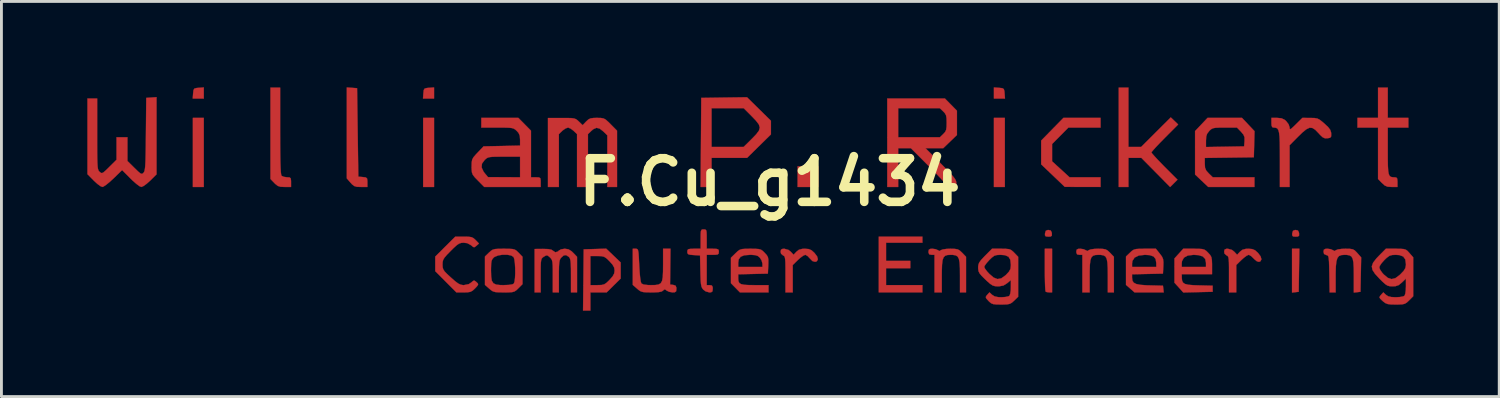
<source format=kicad_pcb>
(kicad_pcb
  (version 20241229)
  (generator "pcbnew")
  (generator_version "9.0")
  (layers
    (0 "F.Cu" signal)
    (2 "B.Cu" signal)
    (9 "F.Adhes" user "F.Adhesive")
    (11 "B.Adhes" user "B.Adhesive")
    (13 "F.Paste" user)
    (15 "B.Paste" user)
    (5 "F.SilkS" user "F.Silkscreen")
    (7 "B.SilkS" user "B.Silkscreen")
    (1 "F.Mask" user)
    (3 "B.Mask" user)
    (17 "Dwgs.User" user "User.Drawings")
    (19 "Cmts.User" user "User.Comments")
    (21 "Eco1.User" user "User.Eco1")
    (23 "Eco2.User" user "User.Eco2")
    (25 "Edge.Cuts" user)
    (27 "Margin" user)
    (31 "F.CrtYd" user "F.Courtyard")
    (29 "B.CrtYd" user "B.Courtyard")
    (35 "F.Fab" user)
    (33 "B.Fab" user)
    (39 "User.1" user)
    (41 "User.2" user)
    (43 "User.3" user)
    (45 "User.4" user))
  (footprint "F.Cu_g1434"
    (layer "F.Cu")
    (at 23.839 3.312)
    (property "Reference" "F.Cu_g1434" (at 0 0 0) (layer "F.SilkS") (effects (font (size 1.524 1.524) (thickness 0.3))))
    (attr through_hole)
    (fp_poly (pts (xy -19.77 0.169) (xy -20.151 0.169) (xy -20.151 -2.244) (xy -19.77 -2.244) (xy -19.77 0.169)) (stroke (width 0.01) (type solid)) (fill yes) (layer "F.Cu"))
    (fp_poly (pts (xy -11.726 0.169) (xy -12.107 0.169) (xy -12.107 -2.244) (xy -11.726 -2.244) (xy -11.726 0.169)) (stroke (width 0.01) (type solid)) (fill yes) (layer "F.Cu"))
    (fp_poly (pts (xy 1.693 0.169) (xy 0.974 0.169) (xy 0.974 -0.55) (xy 1.693 -0.55) (xy 1.693 0.169)) (stroke (width 0.01) (type solid)) (fill yes) (layer "F.Cu"))
    (fp_poly (pts (xy 8.213 0.169) (xy 7.832 0.169) (xy 7.832 -2.244) (xy 8.213 -2.244) (xy 8.213 0.169)) (stroke (width 0.01) (type solid)) (fill yes) (layer "F.Cu"))
    (fp_poly (pts (xy 18.49 3.08) (xy 18.479 3.831) (xy 18.362 3.845) (xy 18.246 3.858) (xy 18.246 2.328) (xy 18.502 2.328) (xy 18.49 3.08)) (stroke (width 0.01) (type solid)) (fill yes) (layer "F.Cu"))
    (fp_poly (pts (xy -19.77 -2.921) (xy -20.156 -2.921) (xy -20.143 -3.101) (xy -20.13 -3.214) (xy -20.098 -3.268) (xy -20.021 -3.288) (xy -19.95 -3.294) (xy -19.77 -3.307) (xy -19.77 -2.921)) (stroke (width 0.01) (type solid)) (fill yes) (layer "F.Cu"))
    (fp_poly (pts (xy -11.726 -2.921) (xy -12.112 -2.921) (xy -12.099 -3.101) (xy -12.087 -3.214) (xy -12.055 -3.268) (xy -11.978 -3.288) (xy -11.906 -3.294) (xy -11.726 -3.307) (xy -11.726 -2.921)) (stroke (width 0.01) (type solid)) (fill yes) (layer "F.Cu"))
    (fp_poly (pts (xy 8.012 -3.294) (xy 8.125 -3.282) (xy 8.178 -3.25) (xy 8.199 -3.173) (xy 8.205 -3.101) (xy 8.218 -2.921) (xy 7.832 -2.921) (xy 7.832 -3.307) (xy 8.012 -3.294)) (stroke (width 0.01) (type solid)) (fill yes) (layer "F.Cu"))
    (fp_poly (pts (xy 9.864 3.852) (xy 9.765 3.852) (xy 9.676 3.841) (xy 9.638 3.824) (xy 9.629 3.774) (xy 9.621 3.655) (xy 9.615 3.479) (xy 9.611 3.261) (xy 9.61 3.062) (xy 9.61 2.328) (xy 9.864 2.328) (xy 9.864 3.852)) (stroke (width 0.01) (type solid)) (fill yes) (layer "F.Cu"))
    (fp_poly (pts (xy 5.334 2.117) (xy 4.064 2.117) (xy 4.064 2.752) (xy 4.911 2.752) (xy 4.911 3.006) (xy 4.064 3.006) (xy 4.064 3.598) (xy 5.334 3.598) (xy 5.334 3.852) (xy 3.81 3.852) (xy 3.81 1.905) (xy 5.334 1.905) (xy 5.334 2.117)) (stroke (width 0.01) (type solid)) (fill yes) (layer "F.Cu"))
    (fp_poly (pts (xy 9.818 1.691) (xy 9.852 1.763) (xy 9.856 1.789) (xy 9.856 1.87) (xy 9.814 1.901) (xy 9.737 1.905) (xy 9.645 1.897) (xy 9.615 1.856) (xy 9.617 1.789) (xy 9.644 1.701) (xy 9.713 1.673) (xy 9.737 1.672) (xy 9.818 1.691)) (stroke (width 0.01) (type solid)) (fill yes) (layer "F.Cu"))
    (fp_poly (pts (xy 18.454 1.691) (xy 18.488 1.763) (xy 18.492 1.789) (xy 18.492 1.87) (xy 18.45 1.901) (xy 18.373 1.905) (xy 18.281 1.897) (xy 18.251 1.856) (xy 18.253 1.789) (xy 18.28 1.701) (xy 18.349 1.673) (xy 18.373 1.672) (xy 18.454 1.691)) (stroke (width 0.01) (type solid)) (fill yes) (layer "F.Cu"))
    (fp_poly (pts (xy -14.594 -3.294) (xy -14.415 -3.281) (xy -14.372 -0.191) (xy -14.213 -0.177) (xy -14.111 -0.164) (xy -14.066 -0.127) (xy -14.055 -0.042) (xy -14.055 0.003) (xy -14.055 0.169) (xy -14.283 0.169) (xy -14.423 0.164) (xy -14.514 0.137) (xy -14.593 0.075) (xy -14.643 0.02) (xy -14.774 -0.13) (xy -14.774 -3.307) (xy -14.594 -3.294)) (stroke (width 0.01) (type solid)) (fill yes) (layer "F.Cu"))
    (fp_poly (pts (xy 11.557 -1.905) (xy 10.433 -1.905) (xy 10.148 -1.618) (xy 9.864 -1.331) (xy 9.864 -0.727) (xy 10.169 -0.448) (xy 10.474 -0.169) (xy 11.557 -0.169) (xy 11.557 0.169) (xy 10.933 0.168) (xy 10.308 0.166) (xy 9.483 -0.621) (xy 9.483 -1.451) (xy 9.871 -1.847) (xy 10.26 -2.244) (xy 11.557 -2.244) (xy 11.557 -1.905)) (stroke (width 0.01) (type solid)) (fill yes) (layer "F.Cu"))
    (fp_poly (pts (xy -17.103 -1.786) (xy -17.102 -1.355) (xy -17.099 -1.003) (xy -17.095 -0.723) (xy -17.088 -0.512) (xy -17.079 -0.361) (xy -17.068 -0.267) (xy -17.054 -0.222) (xy -17.052 -0.22) (xy -16.976 -0.185) (xy -16.864 -0.169) (xy -16.861 -0.169) (xy -16.772 -0.164) (xy -16.732 -0.13) (xy -16.722 -0.045) (xy -16.722 0) (xy -16.722 0.169) (xy -16.946 0.169) (xy -17.089 0.163) (xy -17.185 0.132) (xy -17.272 0.064) (xy -17.306 0.03) (xy -17.441 -0.11) (xy -17.441 -3.302) (xy -17.103 -3.302) (xy -17.103 -1.786)) (stroke (width 0.01) (type solid)) (fill yes) (layer "F.Cu"))
    (fp_poly (pts (xy -0.376 -2.554) (xy 0.042 -2.143) (xy 0.042 -1.667) (xy -0.375 -1.257) (xy -0.792 -0.847) (xy -2.032 -0.847) (xy -2.032 0.169) (xy -2.414 0.169) (xy -2.394 -2.582) (xy -2.032 -2.582) (xy -2.032 -1.228) (xy -0.912 -1.228) (xy -0.625 -1.512) (xy -0.469 -1.674) (xy -0.376 -1.799) (xy -0.347 -1.907) (xy -0.38 -2.015) (xy -0.477 -2.143) (xy -0.623 -2.296) (xy -0.908 -2.582) (xy -2.032 -2.582) (xy -2.394 -2.582) (xy -2.392 -2.942) (xy -1.593 -2.954) (xy -0.794 -2.965) (xy -0.376 -2.554)) (stroke (width 0.01) (type solid)) (fill yes) (layer "F.Cu"))
    (fp_poly (pts (xy 12.531 -1.228) (xy 12.974 -1.228) (xy 13.492 -1.745) (xy 14.01 -2.261) (xy 14.139 -2.138) (xy 14.268 -2.014) (xy 13.802 -1.546) (xy 13.642 -1.383) (xy 13.505 -1.239) (xy 13.403 -1.126) (xy 13.344 -1.055) (xy 13.335 -1.037) (xy 13.363 -0.994) (xy 13.442 -0.904) (xy 13.56 -0.776) (xy 13.707 -0.624) (xy 13.789 -0.54) (xy 14.244 -0.085) (xy 14.116 0.043) (xy 13.988 0.171) (xy 13.486 -0.338) (xy 12.983 -0.847) (xy 12.531 -0.847) (xy 12.531 0.169) (xy 12.192 0.169) (xy 12.192 -3.302) (xy 12.531 -3.302) (xy 12.531 -1.228)) (stroke (width 0.01) (type solid)) (fill yes) (layer "F.Cu"))
    (fp_poly (pts (xy 21.59 -2.244) (xy 22.31 -2.244) (xy 22.31 -1.905) (xy 21.59 -1.905) (xy 21.59 -1.088) (xy 21.591 -0.787) (xy 21.595 -0.56) (xy 21.605 -0.396) (xy 21.624 -0.286) (xy 21.654 -0.219) (xy 21.697 -0.184) (xy 21.756 -0.171) (xy 21.81 -0.169) (xy 21.886 -0.162) (xy 21.92 -0.123) (xy 21.929 -0.029) (xy 21.929 0) (xy 21.929 0.169) (xy 21.725 0.169) (xy 21.586 0.16) (xy 21.488 0.12) (xy 21.388 0.031) (xy 21.387 0.03) (xy 21.251 -0.11) (xy 21.251 -1.905) (xy 20.532 -1.905) (xy 20.532 -2.244) (xy 21.251 -2.244) (xy 21.251 -3.302) (xy 21.59 -3.302) (xy 21.59 -2.244)) (stroke (width 0.01) (type solid)) (fill yes) (layer "F.Cu"))
    (fp_poly (pts (xy -5.207 2.807) (xy -5.207 3.368) (xy -5.452 3.61) (xy -5.696 3.852) (xy -6.265 3.852) (xy -6.265 4.487) (xy -6.521 4.487) (xy -6.509 3.418) (xy -6.501 2.582) (xy -6.265 2.582) (xy -6.265 3.598) (xy -6.02 3.598) (xy -5.878 3.594) (xy -5.783 3.571) (xy -5.698 3.515) (xy -5.597 3.417) (xy -5.487 3.292) (xy -5.433 3.191) (xy -5.419 3.09) (xy -5.434 2.985) (xy -5.491 2.883) (xy -5.597 2.764) (xy -5.703 2.662) (xy -5.787 2.608) (xy -5.884 2.586) (xy -6.02 2.582) (xy -6.265 2.582) (xy -6.501 2.582) (xy -6.498 2.349) (xy -6.105 2.337) (xy -5.712 2.325) (xy -5.207 2.807)) (stroke (width 0.01) (type solid)) (fill yes) (layer "F.Cu"))
    (fp_poly (pts (xy 1.363 2.339) (xy 1.462 2.382) (xy 1.562 2.472) (xy 1.655 2.594) (xy 1.683 2.695) (xy 1.646 2.764) (xy 1.586 2.785) (xy 1.492 2.757) (xy 1.405 2.669) (xy 1.325 2.584) (xy 1.25 2.541) (xy 1.239 2.54) (xy 1.172 2.568) (xy 1.072 2.641) (xy 0.986 2.718) (xy 0.804 2.896) (xy 0.804 3.852) (xy 0.55 3.852) (xy 0.55 3.22) (xy 0.55 2.976) (xy 0.547 2.803) (xy 0.539 2.689) (xy 0.526 2.62) (xy 0.506 2.583) (xy 0.476 2.565) (xy 0.466 2.561) (xy 0.395 2.499) (xy 0.381 2.431) (xy 0.395 2.358) (xy 0.454 2.331) (xy 0.51 2.328) (xy 0.656 2.369) (xy 0.736 2.433) (xy 0.834 2.538) (xy 0.932 2.433) (xy 1.022 2.362) (xy 1.136 2.332) (xy 1.227 2.328) (xy 1.363 2.339)) (stroke (width 0.01) (type solid)) (fill yes) (layer "F.Cu"))
    (fp_poly (pts (xy 16.857 2.339) (xy 16.956 2.382) (xy 17.056 2.472) (xy 17.148 2.593) (xy 17.177 2.695) (xy 17.143 2.765) (xy 17.091 2.786) (xy 17.016 2.764) (xy 16.925 2.689) (xy 16.908 2.67) (xy 16.822 2.587) (xy 16.745 2.542) (xy 16.73 2.54) (xy 16.665 2.568) (xy 16.566 2.641) (xy 16.48 2.718) (xy 16.298 2.896) (xy 16.298 3.852) (xy 16.044 3.852) (xy 16.044 3.22) (xy 16.044 2.976) (xy 16.041 2.803) (xy 16.033 2.689) (xy 16.02 2.62) (xy 16 2.583) (xy 15.97 2.565) (xy 15.96 2.561) (xy 15.889 2.499) (xy 15.875 2.431) (xy 15.889 2.358) (xy 15.948 2.331) (xy 16.004 2.328) (xy 16.15 2.369) (xy 16.23 2.433) (xy 16.328 2.538) (xy 16.426 2.433) (xy 16.516 2.362) (xy 16.63 2.332) (xy 16.721 2.328) (xy 16.857 2.339)) (stroke (width 0.01) (type solid)) (fill yes) (layer "F.Cu"))
    (fp_poly (pts (xy 6.463 2.332) (xy 6.563 2.348) (xy 6.638 2.389) (xy 6.717 2.462) (xy 6.723 2.468) (xy 6.858 2.608) (xy 6.858 3.852) (xy 6.646 3.852) (xy 6.646 3.266) (xy 6.644 3.002) (xy 6.633 2.811) (xy 6.608 2.681) (xy 6.564 2.6) (xy 6.496 2.558) (xy 6.399 2.542) (xy 6.321 2.54) (xy 6.209 2.546) (xy 6.127 2.573) (xy 6.072 2.631) (xy 6.037 2.732) (xy 6.019 2.889) (xy 6.012 3.112) (xy 6.011 3.274) (xy 6.011 3.852) (xy 5.757 3.852) (xy 5.757 2.54) (xy 5.652 2.54) (xy 5.571 2.523) (xy 5.546 2.454) (xy 5.546 2.434) (xy 5.558 2.361) (xy 5.611 2.332) (xy 5.685 2.328) (xy 5.798 2.343) (xy 5.875 2.378) (xy 5.876 2.379) (xy 5.933 2.408) (xy 5.977 2.379) (xy 6.047 2.351) (xy 6.176 2.333) (xy 6.308 2.328) (xy 6.463 2.332)) (stroke (width 0.01) (type solid)) (fill yes) (layer "F.Cu"))
    (fp_poly (pts (xy 11.628 2.332) (xy 11.728 2.348) (xy 11.803 2.389) (xy 11.882 2.462) (xy 11.887 2.468) (xy 12.023 2.608) (xy 12.023 3.852) (xy 11.811 3.852) (xy 11.811 3.266) (xy 11.808 3.002) (xy 11.797 2.811) (xy 11.773 2.681) (xy 11.729 2.6) (xy 11.661 2.558) (xy 11.563 2.542) (xy 11.486 2.54) (xy 11.374 2.546) (xy 11.292 2.573) (xy 11.236 2.631) (xy 11.202 2.732) (xy 11.184 2.889) (xy 11.177 3.112) (xy 11.176 3.274) (xy 11.176 3.852) (xy 10.922 3.852) (xy 10.922 2.54) (xy 10.816 2.54) (xy 10.736 2.523) (xy 10.711 2.454) (xy 10.71 2.434) (xy 10.722 2.361) (xy 10.775 2.332) (xy 10.85 2.328) (xy 10.962 2.343) (xy 11.039 2.378) (xy 11.041 2.379) (xy 11.098 2.408) (xy 11.142 2.379) (xy 11.212 2.351) (xy 11.341 2.333) (xy 11.472 2.328) (xy 11.628 2.332)) (stroke (width 0.01) (type solid)) (fill yes) (layer "F.Cu"))
    (fp_poly (pts (xy 16.717 -2.012) (xy 16.936 -1.78) (xy 16.924 -1.324) (xy 16.912 -0.868) (xy 15.198 -0.845) (xy 15.198 -0.642) (xy 15.207 -0.503) (xy 15.248 -0.405) (xy 15.337 -0.305) (xy 15.477 -0.169) (xy 16.933 -0.169) (xy 16.933 0.169) (xy 15.32 0.169) (xy 15.089 -0.048) (xy 14.859 -0.266) (xy 14.859 -1.447) (xy 15.24 -1.447) (xy 15.24 -1.226) (xy 15.907 -1.237) (xy 16.573 -1.249) (xy 16.587 -1.435) (xy 16.587 -1.562) (xy 16.552 -1.655) (xy 16.468 -1.756) (xy 16.462 -1.763) (xy 16.324 -1.905) (xy 15.896 -1.905) (xy 15.7 -1.904) (xy 15.57 -1.898) (xy 15.485 -1.882) (xy 15.425 -1.852) (xy 15.371 -1.805) (xy 15.354 -1.786) (xy 15.282 -1.694) (xy 15.248 -1.591) (xy 15.24 -1.447) (xy 14.859 -1.447) (xy 14.859 -1.783) (xy 15.077 -2.013) (xy 15.295 -2.244) (xy 16.498 -2.244) (xy 16.717 -2.012)) (stroke (width 0.01) (type solid)) (fill yes) (layer "F.Cu"))
    (fp_poly (pts (xy -5.899 -2.241) (xy -5.806 -2.225) (xy -5.728 -2.183) (xy -5.636 -2.101) (xy -5.555 -2.02) (xy -5.334 -1.797) (xy -5.334 0.169) (xy -5.673 0.169) (xy -5.673 -1.634) (xy -5.812 -1.77) (xy -5.941 -1.871) (xy -6.052 -1.897) (xy -6.163 -1.849) (xy -6.231 -1.791) (xy -6.35 -1.677) (xy -6.35 0.169) (xy -6.731 0.169) (xy -6.731 -1.677) (xy -6.85 -1.791) (xy -6.947 -1.866) (xy -7.035 -1.904) (xy -7.048 -1.905) (xy -7.13 -1.877) (xy -7.229 -1.808) (xy -7.247 -1.791) (xy -7.366 -1.677) (xy -7.366 0.169) (xy -7.747 0.169) (xy -7.747 -2.239) (xy -7.272 -2.24) (xy -7.065 -2.24) (xy -6.924 -2.236) (xy -6.831 -2.223) (xy -6.766 -2.198) (xy -6.711 -2.158) (xy -6.666 -2.115) (xy -6.536 -1.989) (xy -6.414 -2.116) (xy -6.335 -2.189) (xy -6.257 -2.227) (xy -6.146 -2.242) (xy -6.034 -2.244) (xy -5.899 -2.241)) (stroke (width 0.01) (type solid)) (fill yes) (layer "F.Cu"))
    (fp_poly (pts (xy 13.626 2.498) (xy 13.702 2.6) (xy 13.741 2.688) (xy 13.753 2.796) (xy 13.75 2.932) (xy 13.737 3.196) (xy 12.658 3.22) (xy 12.658 3.339) (xy 12.67 3.44) (xy 12.714 3.511) (xy 12.803 3.559) (xy 12.947 3.588) (xy 13.159 3.604) (xy 13.273 3.607) (xy 13.737 3.619) (xy 13.751 3.736) (xy 13.764 3.852) (xy 12.745 3.852) (xy 12.596 3.721) (xy 12.446 3.59) (xy 12.446 2.844) (xy 12.658 2.844) (xy 12.658 2.963) (xy 13.504 2.963) (xy 13.504 2.829) (xy 13.482 2.688) (xy 13.41 2.598) (xy 13.277 2.551) (xy 13.109 2.54) (xy 12.893 2.564) (xy 12.747 2.635) (xy 12.67 2.753) (xy 12.658 2.844) (xy 12.446 2.844) (xy 12.446 2.599) (xy 12.586 2.464) (xy 12.656 2.399) (xy 12.719 2.36) (xy 12.799 2.338) (xy 12.918 2.33) (xy 13.097 2.328) (xy 13.108 2.328) (xy 13.49 2.328) (xy 13.626 2.498)) (stroke (width 0.01) (type solid)) (fill yes) (layer "F.Cu"))
    (fp_poly (pts (xy 14.992 2.33) (xy 15.109 2.338) (xy 15.186 2.36) (xy 15.249 2.402) (xy 15.316 2.468) (xy 15.387 2.547) (xy 15.428 2.621) (xy 15.446 2.716) (xy 15.452 2.861) (xy 15.452 2.912) (xy 15.452 3.217) (xy 14.393 3.217) (xy 14.395 3.334) (xy 14.404 3.437) (xy 14.437 3.51) (xy 14.506 3.557) (xy 14.625 3.586) (xy 14.807 3.601) (xy 14.99 3.607) (xy 15.473 3.619) (xy 15.473 3.831) (xy 14.96 3.843) (xy 14.448 3.855) (xy 14.294 3.684) (xy 14.139 3.513) (xy 14.139 2.844) (xy 14.393 2.844) (xy 14.393 2.963) (xy 15.24 2.963) (xy 15.24 2.818) (xy 15.214 2.685) (xy 15.13 2.597) (xy 14.982 2.551) (xy 14.809 2.54) (xy 14.605 2.564) (xy 14.47 2.638) (xy 14.402 2.761) (xy 14.393 2.844) (xy 14.139 2.844) (xy 14.139 2.667) (xy 14.292 2.498) (xy 14.446 2.328) (xy 14.813 2.328) (xy 14.992 2.33)) (stroke (width 0.01) (type solid)) (fill yes) (layer "F.Cu"))
    (fp_poly (pts (xy 6.54 -2.494) (xy 6.54 -1.646) (xy 6.061 -1.185) (xy 5.441 -1.185) (xy 5.98 -0.645) (xy 6.176 -0.447) (xy 6.319 -0.298) (xy 6.416 -0.186) (xy 6.477 -0.103) (xy 6.508 -0.038) (xy 6.519 0.019) (xy 6.519 0.032) (xy 6.513 0.12) (xy 6.48 0.159) (xy 6.393 0.169) (xy 6.35 0.169) (xy 6.229 0.157) (xy 6.181 0.121) (xy 6.181 0.116) (xy 6.152 0.071) (xy 6.072 -0.023) (xy 5.949 -0.157) (xy 5.792 -0.322) (xy 5.61 -0.507) (xy 5.556 -0.561) (xy 4.931 -1.185) (xy 4.487 -1.185) (xy 4.487 0.169) (xy 4.106 0.169) (xy 4.106 -2.582) (xy 4.487 -2.582) (xy 4.487 -1.566) (xy 5.943 -1.566) (xy 6.062 -1.68) (xy 6.127 -1.751) (xy 6.163 -1.826) (xy 6.178 -1.932) (xy 6.181 -2.074) (xy 6.177 -2.232) (xy 6.16 -2.333) (xy 6.121 -2.405) (xy 6.062 -2.469) (xy 5.943 -2.582) (xy 4.487 -2.582) (xy 4.106 -2.582) (xy 4.106 -2.921) (xy 6.12 -2.921) (xy 6.54 -2.494)) (stroke (width 0.01) (type solid)) (fill yes) (layer "F.Cu"))
    (fp_poly (pts (xy -0.497 2.33) (xy -0.382 2.339) (xy -0.304 2.361) (xy -0.242 2.405) (xy -0.176 2.47) (xy -0.103 2.55) (xy -0.063 2.621) (xy -0.048 2.711) (xy -0.049 2.848) (xy -0.051 2.904) (xy -0.064 3.196) (xy -0.582 3.208) (xy -1.101 3.22) (xy -1.101 3.358) (xy -1.094 3.455) (xy -1.065 3.521) (xy -1.002 3.563) (xy -0.89 3.587) (xy -0.718 3.597) (xy -0.521 3.598) (xy -0.042 3.598) (xy -0.042 3.852) (xy -1.041 3.852) (xy -1.355 3.531) (xy -1.355 2.822) (xy -1.101 2.822) (xy -1.101 2.963) (xy -0.254 2.963) (xy -0.254 2.85) (xy -0.283 2.737) (xy -0.346 2.638) (xy -0.416 2.58) (xy -0.504 2.551) (xy -0.64 2.54) (xy -0.692 2.54) (xy -0.889 2.556) (xy -1.017 2.607) (xy -1.084 2.701) (xy -1.101 2.822) (xy -1.355 2.822) (xy -1.355 2.642) (xy -1.194 2.485) (xy -1.113 2.409) (xy -1.046 2.363) (xy -0.967 2.339) (xy -0.852 2.33) (xy -0.678 2.328) (xy -0.673 2.328) (xy -0.497 2.33)) (stroke (width 0.01) (type solid)) (fill yes) (layer "F.Cu"))
    (fp_poly (pts (xy 20.267 2.331) (xy 20.365 2.346) (xy 20.435 2.384) (xy 20.507 2.455) (xy 20.528 2.479) (xy 20.661 2.63) (xy 20.649 3.231) (xy 20.637 3.831) (xy 20.521 3.845) (xy 20.405 3.858) (xy 20.405 3.269) (xy 20.402 3.004) (xy 20.391 2.812) (xy 20.367 2.682) (xy 20.323 2.601) (xy 20.255 2.558) (xy 20.158 2.542) (xy 20.078 2.54) (xy 19.967 2.549) (xy 19.886 2.582) (xy 19.831 2.652) (xy 19.796 2.768) (xy 19.777 2.943) (xy 19.77 3.186) (xy 19.77 3.301) (xy 19.77 3.852) (xy 19.56 3.852) (xy 19.549 3.207) (xy 19.544 2.961) (xy 19.538 2.786) (xy 19.529 2.671) (xy 19.516 2.602) (xy 19.495 2.567) (xy 19.466 2.552) (xy 19.442 2.548) (xy 19.365 2.51) (xy 19.346 2.431) (xy 19.359 2.36) (xy 19.413 2.332) (xy 19.486 2.328) (xy 19.598 2.343) (xy 19.675 2.378) (xy 19.677 2.379) (xy 19.734 2.408) (xy 19.778 2.379) (xy 19.848 2.351) (xy 19.978 2.333) (xy 20.112 2.328) (xy 20.267 2.331)) (stroke (width 0.01) (type solid)) (fill yes) (layer "F.Cu"))
    (fp_poly (pts (xy -2.255 1.655) (xy -2.223 1.677) (xy -2.207 1.735) (xy -2.202 1.847) (xy -2.201 1.99) (xy -2.201 2.328) (xy -1.99 2.328) (xy -1.864 2.332) (xy -1.801 2.349) (xy -1.78 2.392) (xy -1.778 2.434) (xy -1.785 2.497) (xy -1.82 2.528) (xy -1.905 2.539) (xy -1.99 2.54) (xy -2.201 2.54) (xy -2.201 3.598) (xy -2.095 3.598) (xy -2.02 3.612) (xy -1.992 3.67) (xy -1.99 3.725) (xy -2 3.815) (xy -2.049 3.849) (xy -2.109 3.852) (xy -2.235 3.818) (xy -2.32 3.756) (xy -2.357 3.708) (xy -2.384 3.648) (xy -2.401 3.561) (xy -2.412 3.429) (xy -2.419 3.237) (xy -2.422 3.11) (xy -2.434 2.561) (xy -2.656 2.548) (xy -2.786 2.537) (xy -2.852 2.516) (xy -2.876 2.474) (xy -2.879 2.432) (xy -2.872 2.373) (xy -2.839 2.342) (xy -2.759 2.33) (xy -2.646 2.328) (xy -2.413 2.328) (xy -2.413 1.99) (xy -2.412 1.822) (xy -2.405 1.721) (xy -2.387 1.671) (xy -2.352 1.653) (xy -2.307 1.651) (xy -2.255 1.655)) (stroke (width 0.01) (type solid)) (fill yes) (layer "F.Cu"))
    (fp_poly (pts (xy -4.645 2.331) (xy -4.616 2.348) (xy -4.597 2.393) (xy -4.583 2.478) (xy -4.573 2.618) (xy -4.563 2.825) (xy -4.559 2.904) (xy -4.545 3.139) (xy -4.527 3.332) (xy -4.506 3.47) (xy -4.484 3.538) (xy -4.484 3.539) (xy -4.406 3.578) (xy -4.251 3.596) (xy -4.15 3.598) (xy -3.995 3.595) (xy -3.883 3.577) (xy -3.807 3.533) (xy -3.761 3.451) (xy -3.736 3.318) (xy -3.727 3.124) (xy -3.725 2.886) (xy -3.725 2.328) (xy -3.467 2.328) (xy -3.474 2.953) (xy -3.481 3.577) (xy -3.37 3.591) (xy -3.29 3.616) (xy -3.261 3.684) (xy -3.26 3.728) (xy -3.27 3.815) (xy -3.317 3.848) (xy -3.394 3.852) (xy -3.513 3.832) (xy -3.6 3.788) (xy -3.66 3.745) (xy -3.706 3.766) (xy -3.724 3.788) (xy -3.778 3.822) (xy -3.879 3.843) (xy -4.043 3.852) (xy -4.131 3.852) (xy -4.308 3.85) (xy -4.425 3.84) (xy -4.507 3.815) (xy -4.579 3.768) (xy -4.634 3.721) (xy -4.784 3.59) (xy -4.784 2.328) (xy -4.684 2.328) (xy -4.645 2.331)) (stroke (width 0.01) (type solid)) (fill yes) (layer "F.Cu"))
    (fp_poly (pts (xy -10.524 1.908) (xy -10.42 1.923) (xy -10.348 1.957) (xy -10.28 2.018) (xy -10.273 2.025) (xy -10.158 2.144) (xy -10.244 2.222) (xy -10.308 2.272) (xy -10.357 2.268) (xy -10.428 2.208) (xy -10.566 2.132) (xy -10.693 2.117) (xy -10.778 2.123) (xy -10.853 2.148) (xy -10.935 2.204) (xy -11.044 2.303) (xy -11.145 2.403) (xy -11.279 2.541) (xy -11.362 2.638) (xy -11.408 2.716) (xy -11.426 2.792) (xy -11.43 2.88) (xy -11.426 2.972) (xy -11.406 3.045) (xy -11.359 3.118) (xy -11.273 3.208) (xy -11.136 3.334) (xy -10.989 3.463) (xy -10.882 3.542) (xy -10.796 3.583) (xy -10.712 3.598) (xy -10.684 3.598) (xy -10.512 3.563) (xy -10.428 3.507) (xy -10.356 3.447) (xy -10.308 3.443) (xy -10.244 3.493) (xy -10.194 3.543) (xy -10.188 3.585) (xy -10.23 3.644) (xy -10.294 3.712) (xy -10.379 3.791) (xy -10.458 3.833) (xy -10.564 3.85) (xy -10.688 3.852) (xy -10.945 3.852) (xy -11.684 3.11) (xy -11.684 2.602) (xy -11.334 2.253) (xy -10.984 1.905) (xy -10.686 1.905) (xy -10.524 1.908)) (stroke (width 0.01) (type solid)) (fill yes) (layer "F.Cu"))
    (fp_poly (pts (xy 17.873 -2.231) (xy 17.98 -2.183) (xy 18.042 -2.13) (xy 18.126 -2.02) (xy 18.161 -1.913) (xy 18.161 -1.909) (xy 18.165 -1.859) (xy 18.186 -1.848) (xy 18.236 -1.881) (xy 18.328 -1.967) (xy 18.385 -2.023) (xy 18.608 -2.244) (xy 18.882 -2.242) (xy 19.029 -2.239) (xy 19.13 -2.221) (xy 19.218 -2.176) (xy 19.322 -2.093) (xy 19.381 -2.041) (xy 19.507 -1.922) (xy 19.578 -1.83) (xy 19.609 -1.743) (xy 19.614 -1.693) (xy 19.612 -1.593) (xy 19.576 -1.549) (xy 19.484 -1.532) (xy 19.481 -1.532) (xy 19.393 -1.533) (xy 19.318 -1.566) (xy 19.231 -1.645) (xy 19.171 -1.712) (xy 19.056 -1.83) (xy 18.956 -1.893) (xy 18.858 -1.9) (xy 18.746 -1.847) (xy 18.607 -1.733) (xy 18.467 -1.597) (xy 18.161 -1.289) (xy 18.161 0.169) (xy 17.822 0.169) (xy 17.822 -0.801) (xy 17.821 -1.136) (xy 17.818 -1.395) (xy 17.809 -1.589) (xy 17.793 -1.726) (xy 17.769 -1.817) (xy 17.735 -1.871) (xy 17.688 -1.897) (xy 17.628 -1.905) (xy 17.608 -1.905) (xy 17.554 -1.92) (xy 17.53 -1.981) (xy 17.526 -2.074) (xy 17.526 -2.244) (xy 17.725 -2.244) (xy 17.873 -2.231)) (stroke (width 0.01) (type solid)) (fill yes) (layer "F.Cu"))
    (fp_poly (pts (xy -8.34 -1.797) (xy -8.34 -0.169) (xy -8.17 -0.169) (xy -8.062 -0.165) (xy -8.014 -0.137) (xy -8.001 -0.059) (xy -8.001 0) (xy -8.001 0.169) (xy -9.972 0.169) (xy -10.193 -0.054) (xy -10.306 -0.171) (xy -10.372 -0.257) (xy -10.403 -0.339) (xy -10.413 -0.445) (xy -10.414 -0.512) (xy -10.065 -0.512) (xy -9.997 -0.366) (xy -9.959 -0.316) (xy -9.842 -0.175) (xy -9.282 -0.172) (xy -8.721 -0.169) (xy -8.721 -0.889) (xy -9.279 -0.889) (xy -9.507 -0.888) (xy -9.666 -0.885) (xy -9.773 -0.875) (xy -9.845 -0.857) (xy -9.897 -0.828) (xy -9.947 -0.784) (xy -9.957 -0.775) (xy -10.052 -0.646) (xy -10.065 -0.512) (xy -10.414 -0.512) (xy -10.414 -0.544) (xy -10.411 -0.686) (xy -10.395 -0.783) (xy -10.351 -0.866) (xy -10.268 -0.963) (xy -10.205 -1.03) (xy -9.996 -1.249) (xy -9.358 -1.262) (xy -8.721 -1.276) (xy -8.721 -1.477) (xy -8.731 -1.619) (xy -8.774 -1.717) (xy -8.839 -1.791) (xy -8.891 -1.837) (xy -8.942 -1.869) (xy -9.009 -1.889) (xy -9.11 -1.9) (xy -9.259 -1.904) (xy -9.474 -1.905) (xy -9.517 -1.905) (xy -10.075 -1.905) (xy -10.075 -2.244) (xy -8.781 -2.244) (xy -8.34 -1.797)) (stroke (width 0.01) (type solid)) (fill yes) (layer "F.Cu"))
    (fp_poly (pts (xy -7.032 2.347) (xy -6.923 2.414) (xy -6.866 2.468) (xy -6.731 2.608) (xy -6.731 3.852) (xy -6.943 3.852) (xy -6.943 3.266) (xy -6.944 3.028) (xy -6.949 2.86) (xy -6.959 2.747) (xy -6.976 2.675) (xy -7.002 2.629) (xy -7.02 2.61) (xy -7.113 2.549) (xy -7.196 2.56) (xy -7.28 2.633) (xy -7.315 2.678) (xy -7.339 2.736) (xy -7.354 2.821) (xy -7.362 2.949) (xy -7.366 3.137) (xy -7.366 3.289) (xy -7.366 3.852) (xy -7.578 3.852) (xy -7.578 3.288) (xy -7.578 3.059) (xy -7.582 2.899) (xy -7.592 2.791) (xy -7.609 2.721) (xy -7.637 2.673) (xy -7.678 2.63) (xy -7.679 2.628) (xy -7.754 2.566) (xy -7.811 2.56) (xy -7.89 2.604) (xy -7.891 2.605) (xy -7.935 2.636) (xy -7.965 2.671) (xy -7.984 2.726) (xy -7.995 2.815) (xy -8 2.953) (xy -8.001 3.154) (xy -8.001 3.265) (xy -8.001 3.852) (xy -8.213 3.852) (xy -8.213 2.336) (xy -7.921 2.333) (xy -7.738 2.339) (xy -7.625 2.361) (xy -7.577 2.393) (xy -7.489 2.451) (xy -7.4 2.425) (xy -7.366 2.392) (xy -7.29 2.349) (xy -7.172 2.329) (xy -7.157 2.328) (xy -7.032 2.347)) (stroke (width 0.01) (type solid)) (fill yes) (layer "F.Cu"))
    (fp_poly (pts (xy -9.106 2.33) (xy -8.986 2.337) (xy -8.907 2.357) (xy -8.845 2.396) (xy -8.78 2.459) (xy -8.771 2.468) (xy -8.636 2.608) (xy -8.636 3.564) (xy -8.78 3.708) (xy -8.853 3.778) (xy -8.918 3.821) (xy -8.998 3.843) (xy -9.116 3.851) (xy -9.286 3.852) (xy -9.465 3.85) (xy -9.584 3.841) (xy -9.667 3.817) (xy -9.737 3.773) (xy -9.799 3.721) (xy -9.948 3.59) (xy -9.948 3.084) (xy -9.737 3.084) (xy -9.731 3.3) (xy -9.708 3.446) (xy -9.653 3.534) (xy -9.557 3.58) (xy -9.406 3.597) (xy -9.294 3.598) (xy -9.122 3.591) (xy -8.996 3.572) (xy -8.941 3.548) (xy -8.915 3.478) (xy -8.898 3.349) (xy -8.89 3.182) (xy -8.892 3.002) (xy -8.902 2.831) (xy -8.921 2.695) (xy -8.948 2.615) (xy -8.949 2.614) (xy -9.034 2.562) (xy -9.171 2.536) (xy -9.332 2.536) (xy -9.487 2.561) (xy -9.609 2.61) (xy -9.639 2.632) (xy -9.687 2.686) (xy -9.717 2.752) (xy -9.731 2.85) (xy -9.736 3.003) (xy -9.737 3.084) (xy -9.948 3.084) (xy -9.948 2.599) (xy -9.809 2.464) (xy -9.738 2.399) (xy -9.675 2.36) (xy -9.595 2.338) (xy -9.476 2.33) (xy -9.296 2.328) (xy -9.288 2.328) (xy -9.106 2.33)) (stroke (width 0.01) (type solid)) (fill yes) (layer "F.Cu"))
    (fp_poly (pts (xy -21.421 -0.272) (xy -21.644 -0.051) (xy -21.765 0.057) (xy -21.873 0.135) (xy -21.948 0.169) (xy -21.952 0.169) (xy -22.02 0.14) (xy -22.128 0.059) (xy -22.263 -0.06) (xy -22.33 -0.126) (xy -22.623 -0.421) (xy -22.927 -0.126) (xy -23.065 -0.000413) (xy -23.187 0.099) (xy -23.279 0.158) (xy -23.312 0.169) (xy -23.38 0.141) (xy -23.483 0.065) (xy -23.601 -0.042) (xy -23.613 -0.054) (xy -23.834 -0.278) (xy -23.834 -2.921) (xy -23.495 -2.921) (xy -23.495 -1.679) (xy -23.495 -1.321) (xy -23.494 -1.039) (xy -23.491 -0.822) (xy -23.486 -0.662) (xy -23.479 -0.547) (xy -23.468 -0.469) (xy -23.453 -0.418) (xy -23.434 -0.384) (xy -23.409 -0.359) (xy -23.409 -0.359) (xy -23.364 -0.323) (xy -23.323 -0.315) (xy -23.27 -0.344) (xy -23.187 -0.416) (xy -23.07 -0.531) (xy -22.818 -0.781) (xy -22.818 -1.566) (xy -22.437 -1.566) (xy -22.437 -0.738) (xy -22.191 -0.495) (xy -22.069 -0.376) (xy -21.99 -0.309) (xy -21.94 -0.287) (xy -21.903 -0.3) (xy -21.874 -0.329) (xy -21.853 -0.36) (xy -21.837 -0.408) (xy -21.824 -0.484) (xy -21.814 -0.595) (xy -21.806 -0.752) (xy -21.801 -0.964) (xy -21.796 -1.24) (xy -21.793 -1.589) (xy -21.792 -1.675) (xy -21.78 -2.942) (xy -21.601 -2.955) (xy -21.421 -2.968) (xy -21.421 -0.272)) (stroke (width 0.01) (type solid)) (fill yes) (layer "F.Cu"))
    (fp_poly (pts (xy 22.042 2.33) (xy 22.152 2.339) (xy 22.226 2.363) (xy 22.286 2.41) (xy 22.348 2.478) (xy 22.479 2.628) (xy 22.479 3.988) (xy 22.335 4.132) (xy 22.257 4.205) (xy 22.187 4.248) (xy 22.1 4.269) (xy 21.969 4.275) (xy 21.87 4.276) (xy 21.701 4.273) (xy 21.59 4.259) (xy 21.51 4.228) (xy 21.434 4.173) (xy 21.411 4.153) (xy 21.328 4.074) (xy 21.3 4.025) (xy 21.322 3.978) (xy 21.354 3.94) (xy 21.435 3.851) (xy 21.526 3.936) (xy 21.606 3.989) (xy 21.718 4.015) (xy 21.87 4.022) (xy 22.016 4.014) (xy 22.129 3.992) (xy 22.174 3.971) (xy 22.202 3.902) (xy 22.22 3.773) (xy 22.225 3.645) (xy 22.225 3.37) (xy 22.085 3.505) (xy 21.974 3.596) (xy 21.862 3.635) (xy 21.756 3.641) (xy 21.66 3.636) (xy 21.582 3.615) (xy 21.503 3.564) (xy 21.401 3.472) (xy 21.303 3.375) (xy 21.145 3.203) (xy 21.055 3.065) (xy 21.04 2.981) (xy 21.294 2.981) (xy 21.322 3.058) (xy 21.394 3.163) (xy 21.45 3.226) (xy 21.593 3.345) (xy 21.724 3.388) (xy 21.857 3.355) (xy 22.006 3.244) (xy 22.043 3.209) (xy 22.15 3.095) (xy 22.205 3.003) (xy 22.224 2.904) (xy 22.225 2.863) (xy 22.203 2.7) (xy 22.131 2.599) (xy 21.999 2.549) (xy 21.871 2.54) (xy 21.742 2.546) (xy 21.649 2.574) (xy 21.558 2.64) (xy 21.475 2.718) (xy 21.377 2.828) (xy 21.311 2.927) (xy 21.294 2.981) (xy 21.04 2.981) (xy 21.033 2.941) (xy 21.078 2.815) (xy 21.189 2.671) (xy 21.282 2.573) (xy 21.524 2.328) (xy 21.87 2.328) (xy 22.042 2.33)) (stroke (width 0.01) (type solid)) (fill yes) (layer "F.Cu"))
    (fp_poly (pts (xy 8.253 2.331) (xy 8.36 2.342) (xy 8.434 2.372) (xy 8.502 2.427) (xy 8.543 2.468) (xy 8.678 2.608) (xy 8.678 4.005) (xy 8.539 4.14) (xy 8.461 4.21) (xy 8.39 4.25) (xy 8.298 4.27) (xy 8.159 4.275) (xy 8.081 4.276) (xy 7.915 4.273) (xy 7.808 4.261) (xy 7.734 4.231) (xy 7.669 4.177) (xy 7.642 4.149) (xy 7.567 4.067) (xy 7.547 4.015) (xy 7.574 3.966) (xy 7.599 3.937) (xy 7.677 3.851) (xy 7.767 3.936) (xy 7.856 3.992) (xy 7.982 4.018) (xy 8.091 4.022) (xy 8.229 4.013) (xy 8.336 3.99) (xy 8.374 3.971) (xy 8.401 3.903) (xy 8.42 3.781) (xy 8.424 3.671) (xy 8.424 3.421) (xy 8.294 3.531) (xy 8.165 3.612) (xy 8.013 3.64) (xy 7.973 3.641) (xy 7.872 3.635) (xy 7.79 3.611) (xy 7.704 3.556) (xy 7.59 3.456) (xy 7.532 3.401) (xy 7.406 3.277) (xy 7.331 3.187) (xy 7.294 3.11) (xy 7.282 3.025) (xy 7.281 2.99) (xy 7.283 2.963) (xy 7.493 2.963) (xy 7.521 3.024) (xy 7.593 3.12) (xy 7.671 3.205) (xy 7.823 3.335) (xy 7.957 3.387) (xy 8.088 3.362) (xy 8.231 3.261) (xy 8.264 3.23) (xy 8.362 3.123) (xy 8.41 3.03) (xy 8.424 2.915) (xy 8.424 2.884) (xy 8.405 2.713) (xy 8.341 2.606) (xy 8.219 2.552) (xy 8.067 2.54) (xy 7.938 2.546) (xy 7.846 2.572) (xy 7.759 2.636) (xy 7.671 2.722) (xy 7.576 2.828) (xy 7.511 2.919) (xy 7.493 2.963) (xy 7.283 2.963) (xy 7.288 2.896) (xy 7.316 2.815) (xy 7.379 2.726) (xy 7.489 2.608) (xy 7.523 2.573) (xy 7.766 2.328) (xy 8.087 2.328) (xy 8.253 2.331)) (stroke (width 0.01) (type solid)) (fill yes) (layer "F.Cu")))
  (gr_rect
    (start -3 -3)
    (end 49.323 10.804)
    (stroke (width 0.1) (type default))
    (fill no)
    (layer "Edge.Cuts")))
</source>
